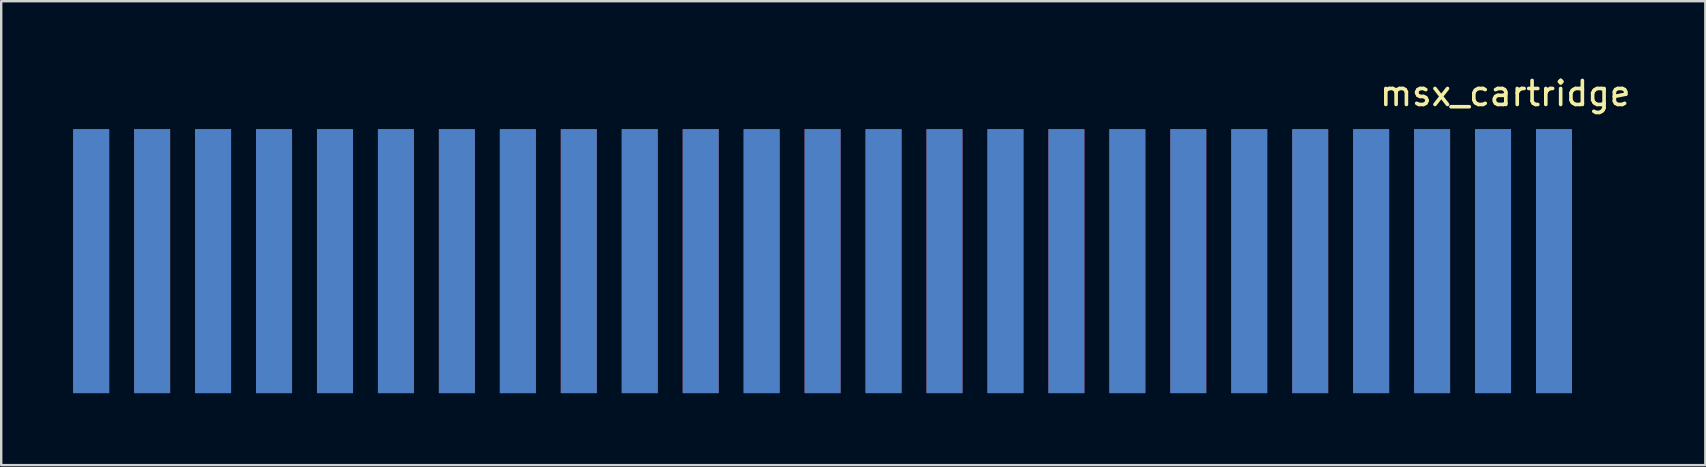
<source format=kicad_pcb>
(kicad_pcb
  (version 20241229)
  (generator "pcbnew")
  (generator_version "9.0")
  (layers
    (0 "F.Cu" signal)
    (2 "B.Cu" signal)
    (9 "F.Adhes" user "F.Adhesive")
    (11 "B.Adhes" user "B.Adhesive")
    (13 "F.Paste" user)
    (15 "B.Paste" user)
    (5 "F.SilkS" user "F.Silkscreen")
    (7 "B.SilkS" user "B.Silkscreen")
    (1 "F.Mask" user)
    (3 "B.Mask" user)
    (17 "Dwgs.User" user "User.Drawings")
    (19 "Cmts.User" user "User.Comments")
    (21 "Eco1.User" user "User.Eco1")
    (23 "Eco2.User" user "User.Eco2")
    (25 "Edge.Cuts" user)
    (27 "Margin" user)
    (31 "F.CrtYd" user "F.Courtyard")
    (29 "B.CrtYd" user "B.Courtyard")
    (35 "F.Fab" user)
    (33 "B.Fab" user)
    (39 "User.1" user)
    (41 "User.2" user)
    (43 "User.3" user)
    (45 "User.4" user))
  (footprint "msx_cartridge"
    (layer "F.Cu")
    (at 31.23 7.96)
    (property "Reference" "msx_cartridge" (at 28.448 -7.112 0) (layer "F.SilkS") (effects (font (size 1 1) (thickness 0.15))))
    (attr through_hole)
    (pad "1" connect rect (at 30.48 -0.127) (size 1.5 11) (layers "B.Cu" "B.Mask"))
    (pad "2" connect rect (at 30.48 -0.127) (size 1.5 11) (layers "F.Cu" "F.Mask"))
    (pad "3" connect rect (at 27.94 -0.127) (size 1.5 11) (layers "B.Cu" "B.Mask"))
    (pad "4" connect rect (at 27.94 -0.127) (size 1.5 11) (layers "F.Cu" "F.Mask"))
    (pad "5" connect rect (at 25.4 -0.127) (size 1.5 11) (layers "B.Cu" "B.Mask"))
    (pad "6" connect rect (at 25.4 -0.127) (size 1.5 11) (layers "F.Cu" "F.Mask"))
    (pad "7" connect rect (at 22.86 -0.127) (size 1.5 11) (layers "B.Cu" "B.Mask"))
    (pad "8" connect rect (at 22.86 -0.127) (size 1.5 11) (layers "F.Cu" "F.Mask"))
    (pad "9" connect rect (at 20.32 -0.127) (size 1.5 11) (layers "B.Cu" "B.Mask"))
    (pad "10" connect rect (at 20.32 -0.127) (size 1.5 11) (layers "F.Cu" "F.Mask"))
    (pad "11" connect rect (at 17.78 -0.127) (size 1.5 11) (layers "B.Cu" "B.Mask"))
    (pad "12" connect rect (at 17.78 -0.127) (size 1.5 11) (layers "F.Cu" "F.Mask"))
    (pad "13" connect rect (at 15.24 -0.127) (size 1.5 11) (layers "B.Cu" "B.Mask"))
    (pad "14" connect rect (at 15.24 -0.127) (size 1.5 11) (layers "F.Cu" "F.Mask"))
    (pad "15" connect rect (at 12.7 -0.127) (size 1.5 11) (layers "B.Cu" "B.Mask"))
    (pad "16" connect rect (at 12.7 -0.127) (size 1.5 11) (layers "F.Cu" "F.Mask"))
    (pad "17" connect rect (at 10.16 -0.127) (size 1.5 11) (layers "B.Cu" "B.Mask"))
    (pad "18" connect rect (at 10.16 -0.127) (size 1.5 11) (layers "F.Cu" "F.Mask"))
    (pad "19" connect rect (at 7.62 -0.127) (size 1.5 11) (layers "B.Cu" "B.Mask"))
    (pad "20" connect rect (at 7.62 -0.127) (size 1.5 11) (layers "F.Cu" "F.Mask"))
    (pad "21" connect rect (at 5.08 -0.127) (size 1.5 11) (layers "B.Cu" "B.Mask"))
    (pad "22" connect rect (at 5.08 -0.127) (size 1.5 11) (layers "F.Cu" "F.Mask"))
    (pad "23" connect rect (at 2.54 -0.127) (size 1.5 11) (layers "B.Cu" "B.Mask"))
    (pad "24" connect rect (at 2.54 -0.127) (size 1.5 11) (layers "F.Cu" "F.Mask"))
    (pad "25" connect rect (at 0 -0.127) (size 1.5 11) (layers "B.Cu" "B.Mask"))
    (pad "26" connect rect (at 0 -0.127) (size 1.5 11) (layers "F.Cu" "F.Mask"))
    (pad "27" connect rect (at -2.54 -0.127) (size 1.5 11) (layers "B.Cu" "B.Mask"))
    (pad "28" connect rect (at -2.54 -0.127) (size 1.5 11) (layers "F.Cu" "F.Mask"))
    (pad "29" connect rect (at -5.08 -0.127) (size 1.5 11) (layers "B.Cu" "B.Mask"))
    (pad "30" connect rect (at -5.08 -0.127) (size 1.5 11) (layers "F.Cu" "F.Mask"))
    (pad "31" connect rect (at -7.62 -0.127) (size 1.5 11) (layers "B.Cu" "B.Mask"))
    (pad "32" connect rect (at -7.62 -0.127) (size 1.5 11) (layers "F.Cu" "F.Mask"))
    (pad "33" connect rect (at -10.16 -0.127) (size 1.5 11) (layers "B.Cu" "B.Mask"))
    (pad "34" connect rect (at -10.16 -0.127) (size 1.5 11) (layers "F.Cu" "F.Mask"))
    (pad "35" connect rect (at -12.7 -0.127) (size 1.5 11) (layers "B.Cu" "B.Mask"))
    (pad "36" connect rect (at -12.7 -0.127) (size 1.5 11) (layers "F.Cu" "F.Mask"))
    (pad "37" connect rect (at -15.24 -0.127) (size 1.5 11) (layers "B.Cu" "B.Mask"))
    (pad "38" connect rect (at -15.24 -0.127) (size 1.5 11) (layers "F.Cu" "F.Mask"))
    (pad "39" connect rect (at -17.78 -0.127) (size 1.5 11) (layers "B.Cu" "B.Mask"))
    (pad "40" connect rect (at -17.78 -0.127) (size 1.5 11) (layers "F.Cu" "F.Mask"))
    (pad "41" connect rect (at -20.32 -0.127) (size 1.5 11) (layers "B.Cu" "B.Mask"))
    (pad "42" connect rect (at -20.32 -0.127) (size 1.5 11) (layers "F.Cu" "F.Mask"))
    (pad "43" connect rect (at -22.86 -0.127) (size 1.5 11) (layers "B.Cu" "B.Mask"))
    (pad "44" connect rect (at -22.86 -0.127) (size 1.5 11) (layers "F.Cu" "F.Mask"))
    (pad "45" connect rect (at -25.4 -0.127) (size 1.5 11) (layers "B.Cu" "B.Mask"))
    (pad "46" connect rect (at -25.4 -0.127) (size 1.5 11) (layers "F.Cu" "F.Mask"))
    (pad "47" connect rect (at -27.94 -0.127) (size 1.5 11) (layers "B.Cu" "B.Mask"))
    (pad "48" connect rect (at -27.94 -0.127) (size 1.5 11) (layers "F.Cu" "F.Mask"))
    (pad "49" connect rect (at -30.48 -0.127) (size 1.5 11) (layers "B.Cu" "B.Mask"))
    (pad "50" connect rect (at -30.48 -0.127) (size 1.5 11) (layers "F.Cu" "F.Mask")))
  (gr_rect
    (start -3 -3)
    (end 68.017 16.333)
    (stroke (width 0.1) (type default))
    (fill no)
    (layer "Edge.Cuts")))
</source>
